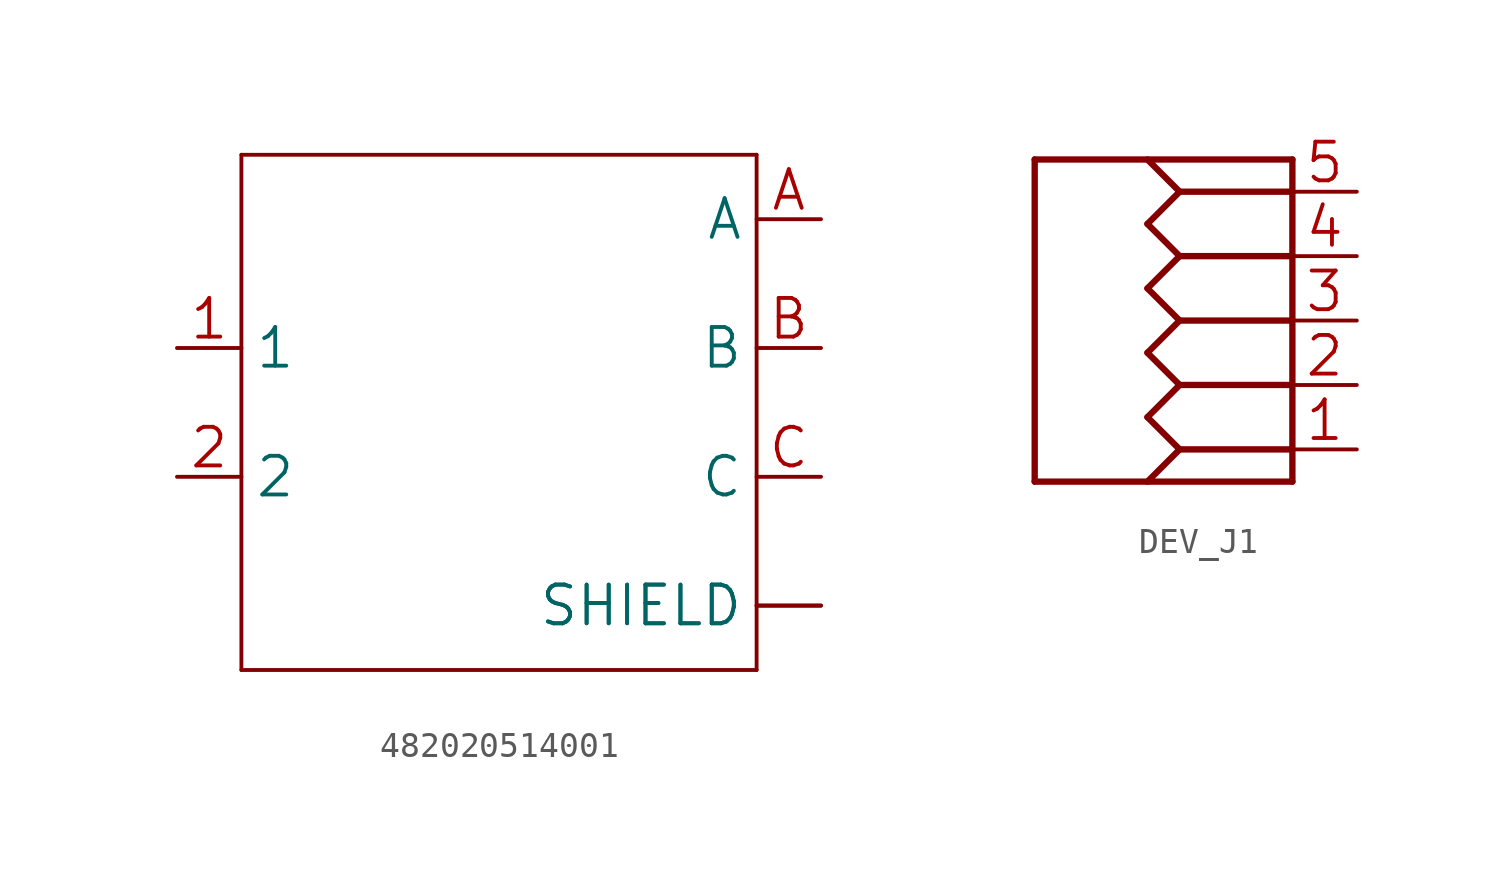
<source format=kicad_sym>
(kicad_symbol_lib
  (version 20241209)
  (generator "kicad_symbol_editor")
  (generator_version "9.0")
  (symbol "482020514001"
    (property "Reference" "S"
      (at 0 0 0)
      (effects (font (size 1.27 1.27)) (hide yes)))
    (property "ki_locked" ""
      (at 0 0 0)
      (effects (font (size 1.27 1.27))))
    (symbol "482020514001_1_0"
      (polyline (pts (xy -10.16 10.16) (xy 10.16 10.16)) (stroke (width 0.152) (type solid)) (fill (type none)))
      (polyline (pts (xy -10.16 -10.16) (xy -10.16 10.16)) (stroke (width 0.152) (type solid)) (fill (type none)))
      (polyline (pts (xy 10.16 10.16) (xy 10.16 -10.16)) (stroke (width 0.152) (type solid)) (fill (type none)))
      (polyline (pts (xy 10.16 -10.16) (xy -10.16 -10.16)) (stroke (width 0.152) (type solid)) (fill (type none)))
      (pin passive line (at -12.7 2.54 0) (length 2.54) (name "1" (effects (font (size 1.524 1.524)))) (number "1" (effects (font (size 1.524 1.524)))))
      (pin passive line (at -12.7 -2.54 0) (length 2.54) (name "2" (effects (font (size 1.524 1.524)))) (number "2" (effects (font (size 1.524 1.524)))))
      (pin passive line (at 12.7 7.62 180) (length 2.54) (name "A" (effects (font (size 1.524 1.524)))) (number "A" (effects (font (size 1.524 1.524)))))
      (pin passive line (at 12.7 2.54 180) (length 2.54) (name "B" (effects (font (size 1.524 1.524)))) (number "B" (effects (font (size 1.524 1.524)))))
      (pin passive line (at 12.7 -2.54 180) (length 2.54) (name "C" (effects (font (size 1.524 1.524)))) (number "C" (effects (font (size 1.524 1.524)))))
      (pin passive line (at 12.7 -7.62 180) (length 2.54) (name "SHIELD" (effects (font (size 1.524 1.524)))) (number "S1" (effects (font (size 0 0)))))
      (pin passive line (at 12.7 -7.62 180) (length 2.54) (name "SHIELD" (effects (font (size 1.524 1.524)))) (number "S2" (effects (font (size 0 0)))))))
  (symbol "DEV_J1"
    (property "Reference" "J"
      (at 0 0 0)
      (effects (font (size 1.27 1.27)) (hide yes)))
    (property "ki_locked" ""
      (at 0 0 0)
      (effects (font (size 1.27 1.27))))
    (symbol "DEV_J1_1_0"
      (polyline (pts (xy -5.08 6.35) (xy 5.08 6.35)) (stroke (width 0.25) (type solid)) (fill (type none)))
      (polyline (pts (xy -5.08 -6.35) (xy -5.08 6.35)) (stroke (width 0.25) (type solid)) (fill (type none)))
      (polyline (pts (xy -0.635 6.35) (xy 0.635 5.08)) (stroke (width 0.25) (type solid)) (fill (type none)))
      (polyline (pts (xy -0.635 3.81) (xy 0.635 5.08)) (stroke (width 0.25) (type solid)) (fill (type none)))
      (polyline (pts (xy -0.635 3.81) (xy 0.635 2.54)) (stroke (width 0.25) (type solid)) (fill (type none)))
      (polyline (pts (xy -0.635 1.27) (xy 0.635 2.54)) (stroke (width 0.25) (type solid)) (fill (type none)))
      (polyline (pts (xy -0.635 1.27) (xy 0.635 0)) (stroke (width 0.25) (type solid)) (fill (type none)))
      (polyline (pts (xy -0.635 -1.27) (xy 0.635 0)) (stroke (width 0.25) (type solid)) (fill (type none)))
      (polyline (pts (xy -0.635 -1.27) (xy 0.635 -2.54)) (stroke (width 0.25) (type solid)) (fill (type none)))
      (polyline (pts (xy -0.635 -3.81) (xy 0.635 -2.54)) (stroke (width 0.25) (type solid)) (fill (type none)))
      (polyline (pts (xy -0.635 -3.81) (xy 0.635 -5.08)) (stroke (width 0.25) (type solid)) (fill (type none)))
      (polyline (pts (xy -0.635 -6.35) (xy 0.635 -5.08)) (stroke (width 0.25) (type solid)) (fill (type none)))
      (polyline (pts (xy 0.635 5.08) (xy 5.08 5.08)) (stroke (width 0.25) (type solid)) (fill (type none)))
      (polyline (pts (xy 0.635 2.54) (xy 5.08 2.54)) (stroke (width 0.25) (type solid)) (fill (type none)))
      (polyline (pts (xy 0.635 0) (xy 5.08 0)) (stroke (width 0.25) (type solid)) (fill (type none)))
      (polyline (pts (xy 0.635 -2.54) (xy 5.08 -2.54)) (stroke (width 0.25) (type solid)) (fill (type none)))
      (polyline (pts (xy 0.635 -5.08) (xy 5.08 -5.08)) (stroke (width 0.25) (type solid)) (fill (type none)))
      (polyline (pts (xy 5.08 6.35) (xy 5.08 -6.35)) (stroke (width 0.25) (type solid)) (fill (type none)))
      (polyline (pts (xy 5.08 -6.35) (xy -5.08 -6.35)) (stroke (width 0.25) (type solid)) (fill (type none)))
      (pin passive line (at 7.62 5.08 180) (length 2.54) (name "P5" (effects (font (size 0 0)))) (number "5" (effects (font (size 1.524 1.524)))))
      (pin passive line (at 7.62 2.54 180) (length 2.54) (name "P4" (effects (font (size 0 0)))) (number "4" (effects (font (size 1.524 1.524)))))
      (pin passive line (at 7.62 0 180) (length 2.54) (name "P3" (effects (font (size 0 0)))) (number "3" (effects (font (size 1.524 1.524)))))
      (pin passive line (at 7.62 -2.54 180) (length 2.54) (name "P2" (effects (font (size 0 0)))) (number "2" (effects (font (size 1.524 1.524)))))
      (pin passive line (at 7.62 -5.08 180) (length 2.54) (name "P1" (effects (font (size 0 0)))) (number "1" (effects (font (size 1.524 1.524))))))))
</source>
